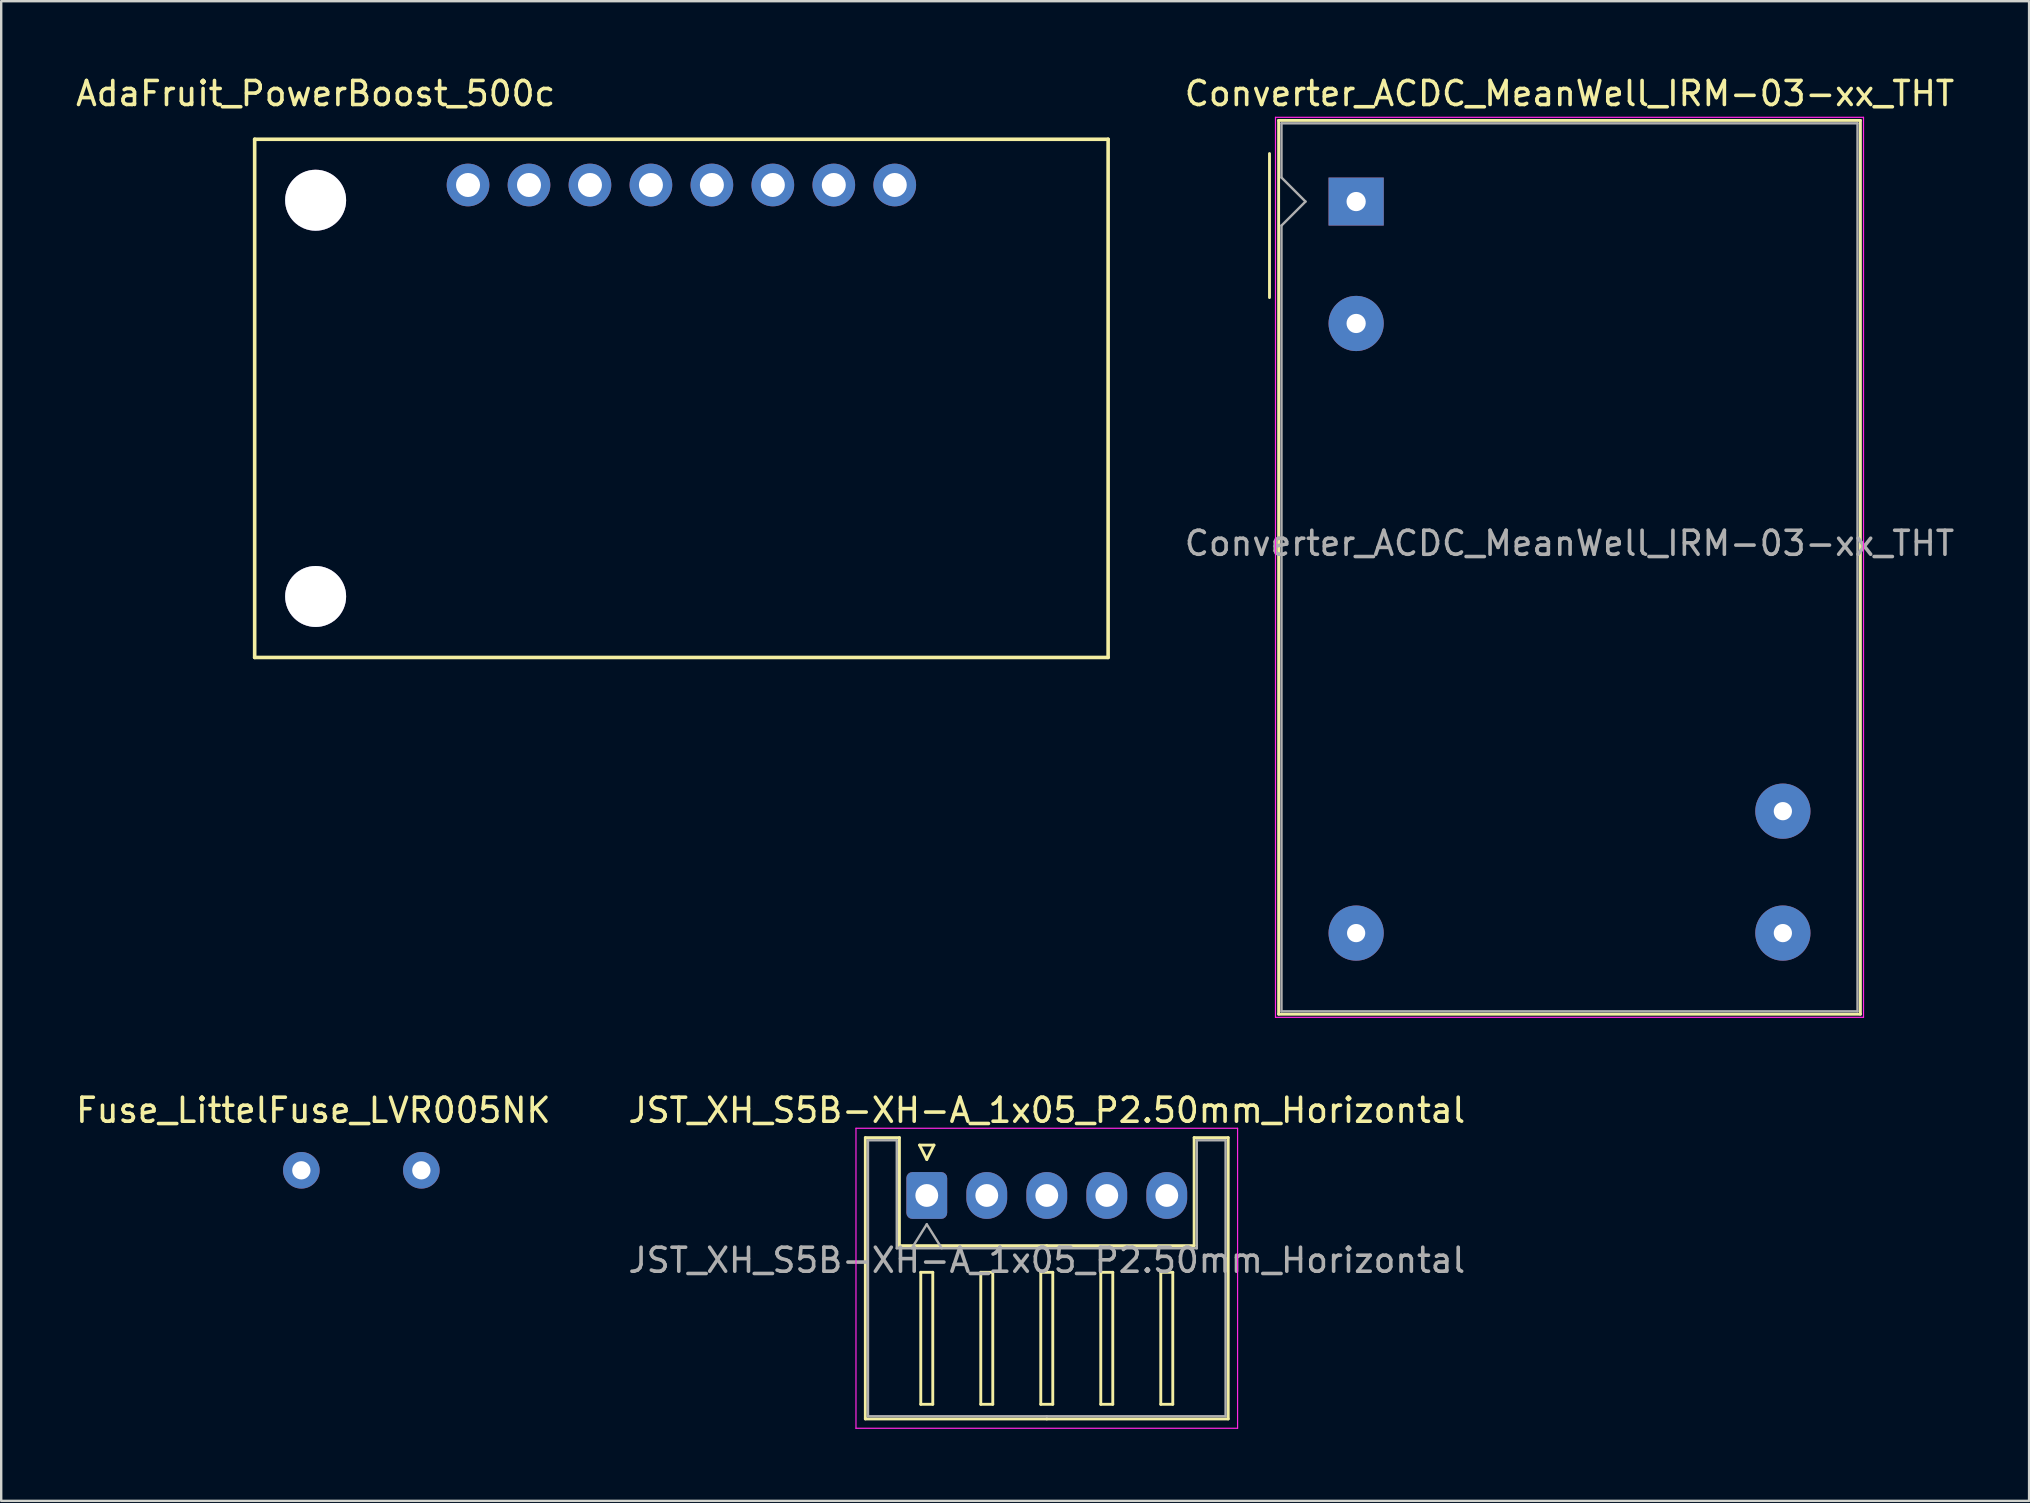
<source format=kicad_pcb>
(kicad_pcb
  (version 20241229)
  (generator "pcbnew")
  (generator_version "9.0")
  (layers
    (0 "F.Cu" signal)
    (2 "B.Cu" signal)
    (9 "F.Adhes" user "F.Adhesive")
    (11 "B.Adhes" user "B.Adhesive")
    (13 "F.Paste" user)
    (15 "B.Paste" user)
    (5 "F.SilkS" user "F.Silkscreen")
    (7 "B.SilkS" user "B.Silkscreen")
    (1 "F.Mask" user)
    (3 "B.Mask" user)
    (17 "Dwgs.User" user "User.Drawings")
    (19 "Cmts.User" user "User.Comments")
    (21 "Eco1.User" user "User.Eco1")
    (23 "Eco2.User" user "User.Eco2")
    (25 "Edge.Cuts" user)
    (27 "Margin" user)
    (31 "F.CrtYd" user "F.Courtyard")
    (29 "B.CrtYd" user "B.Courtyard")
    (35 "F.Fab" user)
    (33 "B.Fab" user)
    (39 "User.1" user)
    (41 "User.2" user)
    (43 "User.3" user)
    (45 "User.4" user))
  (footprint "AdaFruit_PowerBoost_500c"
    (layer "F.Cu")
    (at 25.341 13.548)
    (property "Reference" "AdaFruit_PowerBoost_500c" (at -15.24 -12.7 0) (layer "F.SilkS") (effects (font (size 1 1) (thickness 0.15))))
    (attr through_hole)
    (fp_line (start -17.78 -10.795) (end 17.78 -10.795) (stroke (width 0.15) (type solid)) (layer "F.SilkS"))
    (fp_line (start -17.78 10.795) (end -17.78 -10.795) (stroke (width 0.15) (type solid)) (layer "F.SilkS"))
    (fp_line (start -17.78 10.795) (end 17.78 10.795) (stroke (width 0.15) (type solid)) (layer "F.SilkS"))
    (fp_line (start 17.78 10.795) (end 17.78 -10.795) (stroke (width 0.15) (type solid)) (layer "F.SilkS"))
    (pad "" thru_hole circle (at -15.24 -8.255) (size 2.54 2.54) (drill 2.54) (layers "*.Cu" "*.Mask"))
    (pad "" thru_hole circle (at -15.24 8.255) (size 2.54 2.54) (drill 2.54) (layers "*.Cu" "*.Mask"))
    (pad "1" thru_hole circle (at -8.89 -8.89) (size 1.778 1.778) (drill 1) (layers "*.Cu" "*.Mask"))
    (pad "2" thru_hole circle (at -6.35 -8.89) (size 1.778 1.778) (drill 1) (layers "*.Cu" "*.Mask"))
    (pad "3" thru_hole circle (at -3.81 -8.89) (size 1.778 1.778) (drill 1) (layers "*.Cu" "*.Mask"))
    (pad "4" thru_hole circle (at -1.27 -8.89) (size 1.778 1.778) (drill 1) (layers "*.Cu" "*.Mask"))
    (pad "5" thru_hole circle (at 1.27 -8.89) (size 1.778 1.778) (drill 1) (layers "*.Cu" "*.Mask"))
    (pad "6" thru_hole circle (at 3.81 -8.89) (size 1.778 1.778) (drill 1) (layers "*.Cu" "*.Mask"))
    (pad "7" thru_hole circle (at 6.35 -8.89) (size 1.778 1.778) (drill 1) (layers "*.Cu" "*.Mask"))
    (pad "8" thru_hole circle (at 8.89 -8.89) (size 1.778 1.778) (drill 1) (layers "*.Cu" "*.Mask")))
  (footprint "JST_XH_S5B-XH-A_1x05_P2.50mm_Horizontal"
    (layer "F.Cu")
    (at 35.565 46.761)
    (property "Reference" "JST_XH_S5B-XH-A_1x05_P2.50mm_Horizontal" (at 5 -3.55 0) (layer "F.SilkS") (effects (font (size 1 1) (thickness 0.15))))
    (attr through_hole)
    (fp_line (start -2.56 -2.41) (end -1.14 -2.41) (stroke (width 0.12) (type solid)) (layer "F.SilkS"))
    (fp_line (start -2.56 9.31) (end -2.56 -2.41) (stroke (width 0.12) (type solid)) (layer "F.SilkS"))
    (fp_line (start -1.14 -2.41) (end -1.14 2.09) (stroke (width 0.12) (type solid)) (layer "F.SilkS"))
    (fp_line (start -1.14 2.09) (end 5 2.09) (stroke (width 0.12) (type solid)) (layer "F.SilkS"))
    (fp_line (start -0.3 -2.1) (end 0.3 -2.1) (stroke (width 0.12) (type solid)) (layer "F.SilkS"))
    (fp_line (start -0.25 3.2) (end -0.25 8.7) (stroke (width 0.12) (type solid)) (layer "F.SilkS"))
    (fp_line (start -0.25 8.7) (end 0.25 8.7) (stroke (width 0.12) (type solid)) (layer "F.SilkS"))
    (fp_line (start 0 -1.5) (end -0.3 -2.1) (stroke (width 0.12) (type solid)) (layer "F.SilkS"))
    (fp_line (start 0.25 3.2) (end -0.25 3.2) (stroke (width 0.12) (type solid)) (layer "F.SilkS"))
    (fp_line (start 0.25 8.7) (end 0.25 3.2) (stroke (width 0.12) (type solid)) (layer "F.SilkS"))
    (fp_line (start 0.3 -2.1) (end 0 -1.5) (stroke (width 0.12) (type solid)) (layer "F.SilkS"))
    (fp_line (start 2.25 3.2) (end 2.25 8.7) (stroke (width 0.12) (type solid)) (layer "F.SilkS"))
    (fp_line (start 2.25 8.7) (end 2.75 8.7) (stroke (width 0.12) (type solid)) (layer "F.SilkS"))
    (fp_line (start 2.75 3.2) (end 2.25 3.2) (stroke (width 0.12) (type solid)) (layer "F.SilkS"))
    (fp_line (start 2.75 8.7) (end 2.75 3.2) (stroke (width 0.12) (type solid)) (layer "F.SilkS"))
    (fp_line (start 4.75 3.2) (end 4.75 8.7) (stroke (width 0.12) (type solid)) (layer "F.SilkS"))
    (fp_line (start 4.75 8.7) (end 5.25 8.7) (stroke (width 0.12) (type solid)) (layer "F.SilkS"))
    (fp_line (start 5 9.31) (end -2.56 9.31) (stroke (width 0.12) (type solid)) (layer "F.SilkS"))
    (fp_line (start 5 9.31) (end 12.56 9.31) (stroke (width 0.12) (type solid)) (layer "F.SilkS"))
    (fp_line (start 5.25 3.2) (end 4.75 3.2) (stroke (width 0.12) (type solid)) (layer "F.SilkS"))
    (fp_line (start 5.25 8.7) (end 5.25 3.2) (stroke (width 0.12) (type solid)) (layer "F.SilkS"))
    (fp_line (start 7.25 3.2) (end 7.25 8.7) (stroke (width 0.12) (type solid)) (layer "F.SilkS"))
    (fp_line (start 7.25 8.7) (end 7.75 8.7) (stroke (width 0.12) (type solid)) (layer "F.SilkS"))
    (fp_line (start 7.75 3.2) (end 7.25 3.2) (stroke (width 0.12) (type solid)) (layer "F.SilkS"))
    (fp_line (start 7.75 8.7) (end 7.75 3.2) (stroke (width 0.12) (type solid)) (layer "F.SilkS"))
    (fp_line (start 9.75 3.2) (end 9.75 8.7) (stroke (width 0.12) (type solid)) (layer "F.SilkS"))
    (fp_line (start 9.75 8.7) (end 10.25 8.7) (stroke (width 0.12) (type solid)) (layer "F.SilkS"))
    (fp_line (start 10.25 3.2) (end 9.75 3.2) (stroke (width 0.12) (type solid)) (layer "F.SilkS"))
    (fp_line (start 10.25 8.7) (end 10.25 3.2) (stroke (width 0.12) (type solid)) (layer "F.SilkS"))
    (fp_line (start 11.14 -2.41) (end 11.14 2.09) (stroke (width 0.12) (type solid)) (layer "F.SilkS"))
    (fp_line (start 11.14 2.09) (end 5 2.09) (stroke (width 0.12) (type solid)) (layer "F.SilkS"))
    (fp_line (start 12.56 -2.41) (end 11.14 -2.41) (stroke (width 0.12) (type solid)) (layer "F.SilkS"))
    (fp_line (start 12.56 9.31) (end 12.56 -2.41) (stroke (width 0.12) (type solid)) (layer "F.SilkS"))
    (fp_line (start -2.95 -2.8) (end -2.95 9.7) (stroke (width 0.05) (type solid)) (layer "F.CrtYd"))
    (fp_line (start -2.95 9.7) (end 12.95 9.7) (stroke (width 0.05) (type solid)) (layer "F.CrtYd"))
    (fp_line (start 12.95 -2.8) (end -2.95 -2.8) (stroke (width 0.05) (type solid)) (layer "F.CrtYd"))
    (fp_line (start 12.95 9.7) (end 12.95 -2.8) (stroke (width 0.05) (type solid)) (layer "F.CrtYd"))
    (fp_line (start -2.45 -2.3) (end -1.25 -2.3) (stroke (width 0.1) (type solid)) (layer "F.Fab"))
    (fp_line (start -2.45 9.2) (end -2.45 -2.3) (stroke (width 0.1) (type solid)) (layer "F.Fab"))
    (fp_line (start -1.25 -2.3) (end -1.25 2.2) (stroke (width 0.1) (type solid)) (layer "F.Fab"))
    (fp_line (start -1.25 2.2) (end 5 2.2) (stroke (width 0.1) (type solid)) (layer "F.Fab"))
    (fp_line (start -0.625 2.2) (end 0 1.2) (stroke (width 0.1) (type solid)) (layer "F.Fab"))
    (fp_line (start 0 1.2) (end 0.625 2.2) (stroke (width 0.1) (type solid)) (layer "F.Fab"))
    (fp_line (start 5 9.2) (end -2.45 9.2) (stroke (width 0.1) (type solid)) (layer "F.Fab"))
    (fp_line (start 5 9.2) (end 12.45 9.2) (stroke (width 0.1) (type solid)) (layer "F.Fab"))
    (fp_line (start 11.25 -2.3) (end 11.25 2.2) (stroke (width 0.1) (type solid)) (layer "F.Fab"))
    (fp_line (start 11.25 2.2) (end 5 2.2) (stroke (width 0.1) (type solid)) (layer "F.Fab"))
    (fp_line (start 12.45 -2.3) (end 11.25 -2.3) (stroke (width 0.1) (type solid)) (layer "F.Fab"))
    (fp_line (start 12.45 9.2) (end 12.45 -2.3) (stroke (width 0.1) (type solid)) (layer "F.Fab"))
    (fp_text user "${REFERENCE}" (at 5 2.7 0) (layer "F.Fab") (effects (font (size 1 1) (thickness 0.15))))
    (pad "1" thru_hole roundrect (at 0 0) (size 1.7 1.95) (drill 0.95) (layers "*.Cu" "*.Mask") (roundrect_rratio 0.147))
    (pad "2" thru_hole oval (at 2.5 0) (size 1.7 1.95) (drill 0.95) (layers "*.Cu" "*.Mask"))
    (pad "3" thru_hole oval (at 5 0) (size 1.7 1.95) (drill 0.95) (layers "*.Cu" "*.Mask"))
    (pad "4" thru_hole oval (at 7.5 0) (size 1.7 1.95) (drill 0.95) (layers "*.Cu" "*.Mask"))
    (pad "5" thru_hole oval (at 10 0) (size 1.7 1.95) (drill 0.95) (layers "*.Cu" "*.Mask")))
  (footprint "Fuse_LittelFuse_LVR005NK"
    (layer "F.Cu")
    (at 12.006 45.712)
    (property "Reference" "Fuse_LittelFuse_LVR005NK" (at -2 -2.5 180) (layer "F.SilkS") (effects (font (size 1 1) (thickness 0.15))))
    (attr through_hole)
    (pad "1" thru_hole circle (at -2.5 0) (size 1.524 1.524) (drill 0.762) (layers "*.Cu" "*.Mask"))
    (pad "2" thru_hole circle (at 2.5 0) (size 1.524 1.524) (drill 0.762) (layers "*.Cu" "*.Mask")))
  (footprint "Converter_ACDC_MeanWell_IRM-03-xx_THT"
    (layer "F.Cu")
    (at 53.455 5.348)
    (property "Reference" "Converter_ACDC_MeanWell_IRM-03-xx_THT" (at 8.89 -4.5 0) (layer "F.SilkS") (effects (font (size 1 1) (thickness 0.15))))
    (attr through_hole)
    (fp_line (start -3.61 -2) (end -3.61 4) (stroke (width 0.12) (type solid)) (layer "F.SilkS"))
    (fp_line (start -3.23 -3.38) (end -3.23 33.86) (stroke (width 0.12) (type solid)) (layer "F.SilkS"))
    (fp_line (start -3.23 33.86) (end 21.01 33.86) (stroke (width 0.12) (type solid)) (layer "F.SilkS"))
    (fp_line (start 21.01 -3.38) (end -3.23 -3.38) (stroke (width 0.12) (type solid)) (layer "F.SilkS"))
    (fp_line (start 21.01 -3.38) (end 21.01 33.86) (stroke (width 0.12) (type solid)) (layer "F.SilkS"))
    (fp_line (start -3.36 -3.51) (end -3.36 33.99) (stroke (width 0.05) (type solid)) (layer "F.CrtYd"))
    (fp_line (start 21.14 -3.51) (end -3.36 -3.51) (stroke (width 0.05) (type solid)) (layer "F.CrtYd"))
    (fp_line (start 21.14 -3.51) (end 21.14 33.99) (stroke (width 0.05) (type solid)) (layer "F.CrtYd"))
    (fp_line (start 21.14 33.99) (end -3.36 33.99) (stroke (width 0.05) (type solid)) (layer "F.CrtYd"))
    (fp_line (start -3.11 -1) (end -3.11 -3.26) (stroke (width 0.1) (type solid)) (layer "F.Fab"))
    (fp_line (start -3.11 1) (end -3.11 33.74) (stroke (width 0.1) (type solid)) (layer "F.Fab"))
    (fp_line (start -3.11 1) (end -2.11 0) (stroke (width 0.1) (type solid)) (layer "F.Fab"))
    (fp_line (start -2.11 0) (end -3.11 -1) (stroke (width 0.1) (type solid)) (layer "F.Fab"))
    (fp_line (start 20.89 -3.26) (end -3.11 -3.26) (stroke (width 0.1) (type solid)) (layer "F.Fab"))
    (fp_line (start 20.89 -3.26) (end 20.89 33.74) (stroke (width 0.1) (type solid)) (layer "F.Fab"))
    (fp_line (start 20.89 33.74) (end -3.11 33.74) (stroke (width 0.1) (type solid)) (layer "F.Fab"))
    (fp_text user "${REFERENCE}" (at 8.89 14.24 0) (layer "F.Fab") (effects (font (size 1 1) (thickness 0.15))))
    (pad "1" thru_hole rect (at 0 0) (size 2.3 2) (drill 0.8) (layers "*.Cu" "*.Mask"))
    (pad "3" thru_hole circle (at 0 5.08) (size 2.3 2.3) (drill 0.8) (layers "*.Cu" "*.Mask"))
    (pad "5" thru_hole circle (at 0 30.48) (size 2.3 2.3) (drill 0.76) (layers "*.Cu" "*.Mask"))
    (pad "14" thru_hole circle (at 17.78 30.48) (size 2.3 2.3) (drill 0.76) (layers "*.Cu" "*.Mask"))
    (pad "16" thru_hole circle (at 17.78 25.4) (size 2.3 2.3) (drill 0.76) (layers "*.Cu" "*.Mask")))
  (gr_rect
    (start -3 -3)
    (end 81.494 59.486)
    (stroke (width 0.1) (type default))
    (fill no)
    (layer "Edge.Cuts")))
</source>
